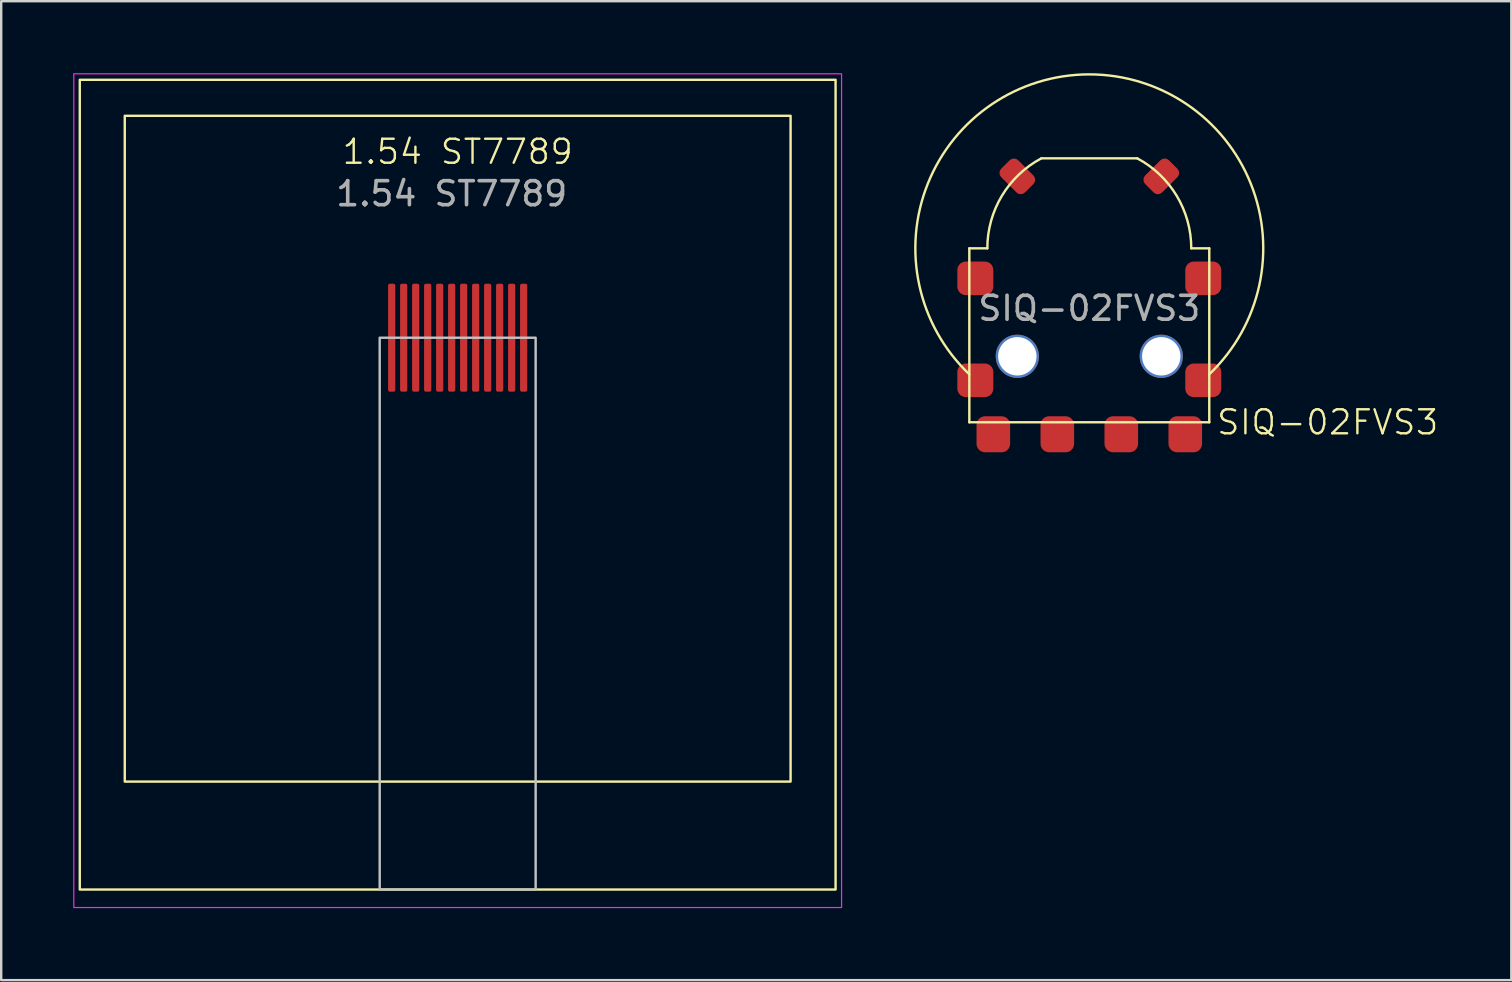
<source format=kicad_pcb>
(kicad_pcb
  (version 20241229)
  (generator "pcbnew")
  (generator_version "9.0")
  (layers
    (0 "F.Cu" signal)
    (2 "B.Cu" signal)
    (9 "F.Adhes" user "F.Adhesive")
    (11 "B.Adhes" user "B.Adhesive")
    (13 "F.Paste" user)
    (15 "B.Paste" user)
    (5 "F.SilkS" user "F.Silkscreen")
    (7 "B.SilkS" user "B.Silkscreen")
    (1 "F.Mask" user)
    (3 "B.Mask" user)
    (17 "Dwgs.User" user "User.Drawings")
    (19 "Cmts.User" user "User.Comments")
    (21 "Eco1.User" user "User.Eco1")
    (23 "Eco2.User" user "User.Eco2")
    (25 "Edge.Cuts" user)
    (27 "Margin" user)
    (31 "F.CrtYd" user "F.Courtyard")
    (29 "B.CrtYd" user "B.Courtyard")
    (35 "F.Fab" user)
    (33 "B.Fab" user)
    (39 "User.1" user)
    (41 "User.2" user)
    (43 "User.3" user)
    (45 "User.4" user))
  (footprint "1.54 ST7789"
    (layer "F.Cu")
    (at 16.025 17.025)
    (property "Reference" "1.54 ST7789" (at 0 -13.75 0) (unlocked yes) (layer "F.SilkS") (effects (font (size 1 1) (thickness 0.1))))
    (attr smd)
    (fp_rect (start -15.75 -16.75) (end 15.75 17) (stroke (width 0.1) (type default)) (fill no) (layer "F.SilkS"))
    (fp_rect (start -13.875 -15.25) (end 13.875 12.5) (stroke (width 0.1) (type solid)) (fill no) (layer "F.SilkS"))
    (fp_rect (start 3.25 -6) (end -3.25 17) (stroke (width 0.1) (type solid)) (fill no) (layer "Dwgs.User"))
    (fp_rect (start -16 -17) (end 16 17.75) (stroke (width 0.05) (type default)) (fill no) (layer "F.CrtYd"))
    (fp_text user "${REFERENCE}" (at -0.25 -12 0) (unlocked yes) (layer "F.Fab") (effects (font (size 1 1) (thickness 0.15))))
    (pad "1" smd roundrect (at -2.75 -6) (size 0.3 4.5) (layers "F.Cu" "F.Mask" "F.Paste") (roundrect_rratio 0.25))
    (pad "2" smd roundrect (at -2.25 -6) (size 0.3 4.5) (layers "F.Cu" "F.Mask" "F.Paste") (roundrect_rratio 0.25))
    (pad "3" smd roundrect (at -1.75 -6) (size 0.3 4.5) (layers "F.Cu" "F.Mask" "F.Paste") (roundrect_rratio 0.25))
    (pad "4" smd roundrect (at -1.25 -6) (size 0.3 4.5) (layers "F.Cu" "F.Mask" "F.Paste") (roundrect_rratio 0.25))
    (pad "5" smd roundrect (at -0.75 -6) (size 0.3 4.5) (layers "F.Cu" "F.Mask" "F.Paste") (roundrect_rratio 0.25))
    (pad "6" smd roundrect (at -0.25 -6) (size 0.3 4.5) (layers "F.Cu" "F.Mask" "F.Paste") (roundrect_rratio 0.25))
    (pad "7" smd roundrect (at 0.25 -6) (size 0.3 4.5) (layers "F.Cu" "F.Mask" "F.Paste") (roundrect_rratio 0.25))
    (pad "8" smd roundrect (at 0.75 -6) (size 0.3 4.5) (layers "F.Cu" "F.Mask" "F.Paste") (roundrect_rratio 0.25))
    (pad "9" smd roundrect (at 1.25 -6) (size 0.3 4.5) (layers "F.Cu" "F.Mask" "F.Paste") (roundrect_rratio 0.25))
    (pad "10" smd roundrect (at 1.75 -6) (size 0.3 4.5) (layers "F.Cu" "F.Mask" "F.Paste") (roundrect_rratio 0.25))
    (pad "11" smd roundrect (at 2.25 -6) (size 0.3 4.5) (layers "F.Cu" "F.Mask" "F.Paste") (roundrect_rratio 0.25))
    (pad "12" smd roundrect (at 2.75 -6) (size 0.3 4.5) (layers "F.Cu" "F.Mask" "F.Paste") (roundrect_rratio 0.25)))
  (footprint "SIQ-02FVS3"
    (layer "F.Cu")
    (at 42.35 7.3)
    (property "Reference" "SIQ-02FVS3" (at 5.25 7.25 0) (unlocked yes) (layer "F.SilkS") (effects (font (size 1 1) (thickness 0.1)) (justify left)))
    (attr smd)
    (fp_line (start -5 7.25) (end -5 0) (stroke (width 0.1) (type default)) (layer "F.SilkS"))
    (fp_line (start -4.25 0) (end -5 0) (stroke (width 0.1) (type default)) (layer "F.SilkS"))
    (fp_line (start 2 -3.75) (end -2 -3.75) (stroke (width 0.1) (type default)) (layer "F.SilkS"))
    (fp_line (start 5 0) (end 4.25 0) (stroke (width 0.1) (type default)) (layer "F.SilkS"))
    (fp_line (start 5 7.25) (end -5 7.25) (stroke (width 0.1) (type default)) (layer "F.SilkS"))
    (fp_line (start 5 7.25) (end 5 0) (stroke (width 0.1) (type default)) (layer "F.SilkS"))
    (fp_arc (start -5 5.25) (mid 0 -7.25) (end 5 5.25) (stroke (width 0.1) (type default)) (layer "F.SilkS"))
    (fp_arc (start -4.25 0) (mid -3.644345 -2.186607) (end -2 -3.75) (stroke (width 0.1) (type default)) (layer "F.SilkS"))
    (fp_arc (start 2 -3.75) (mid 3.644345 -2.186607) (end 4.25 0) (stroke (width 0.1) (type default)) (layer "F.SilkS"))
    (fp_text user "${REFERENCE}" (at 0 2.5 0) (unlocked yes) (layer "F.Fab") (effects (font (size 1 1) (thickness 0.15))))
    (pad "" smd roundrect (at -4.75 1.25) (size 1.5 1.4) (layers "F.Cu" "F.Mask" "F.Paste") (roundrect_rratio 0.25))
    (pad "" smd roundrect (at -4.75 5.5) (size 1.5 1.4) (layers "F.Cu" "F.Mask" "F.Paste") (roundrect_rratio 0.25))
    (pad "" smd roundrect (at -3 -3 45) (size 1 1.4) (layers "F.Cu" "F.Mask" "F.Paste") (roundrect_rratio 0.25))
    (pad "" np_thru_hole circle (at -3 4.5) (size 1.8 1.8) (drill 1.6) (layers "*.Cu" "*.Mask"))
    (pad "" smd roundrect (at 3 -3 315) (size 1 1.4) (layers "F.Cu" "F.Mask" "F.Paste") (roundrect_rratio 0.25))
    (pad "" np_thru_hole circle (at 3 4.5) (size 1.8 1.8) (drill 1.6) (layers "*.Cu" "*.Mask"))
    (pad "" smd roundrect (at 4.75 1.25) (size 1.5 1.4) (layers "F.Cu" "F.Mask" "F.Paste") (roundrect_rratio 0.25))
    (pad "" smd roundrect (at 4.75 5.5) (size 1.5 1.4) (layers "F.Cu" "F.Mask" "F.Paste") (roundrect_rratio 0.25))
    (pad "1" smd roundrect (at -4 7.75) (size 1.4 1.5) (layers "F.Cu" "F.Mask" "F.Paste") (roundrect_rratio 0.25))
    (pad "2" smd roundrect (at -1.333 7.75) (size 1.4 1.5) (layers "F.Cu" "F.Mask" "F.Paste") (roundrect_rratio 0.25))
    (pad "3" smd roundrect (at 1.333 7.75) (size 1.4 1.5) (layers "F.Cu" "F.Mask" "F.Paste") (roundrect_rratio 0.25))
    (pad "4" smd roundrect (at 4 7.75) (size 1.4 1.5) (layers "F.Cu" "F.Mask" "F.Paste") (roundrect_rratio 0.25)))
  (gr_rect
    (start -3 -3)
    (end 59.938 37.8)
    (stroke (width 0.1) (type default))
    (fill no)
    (layer "Edge.Cuts")))
</source>
